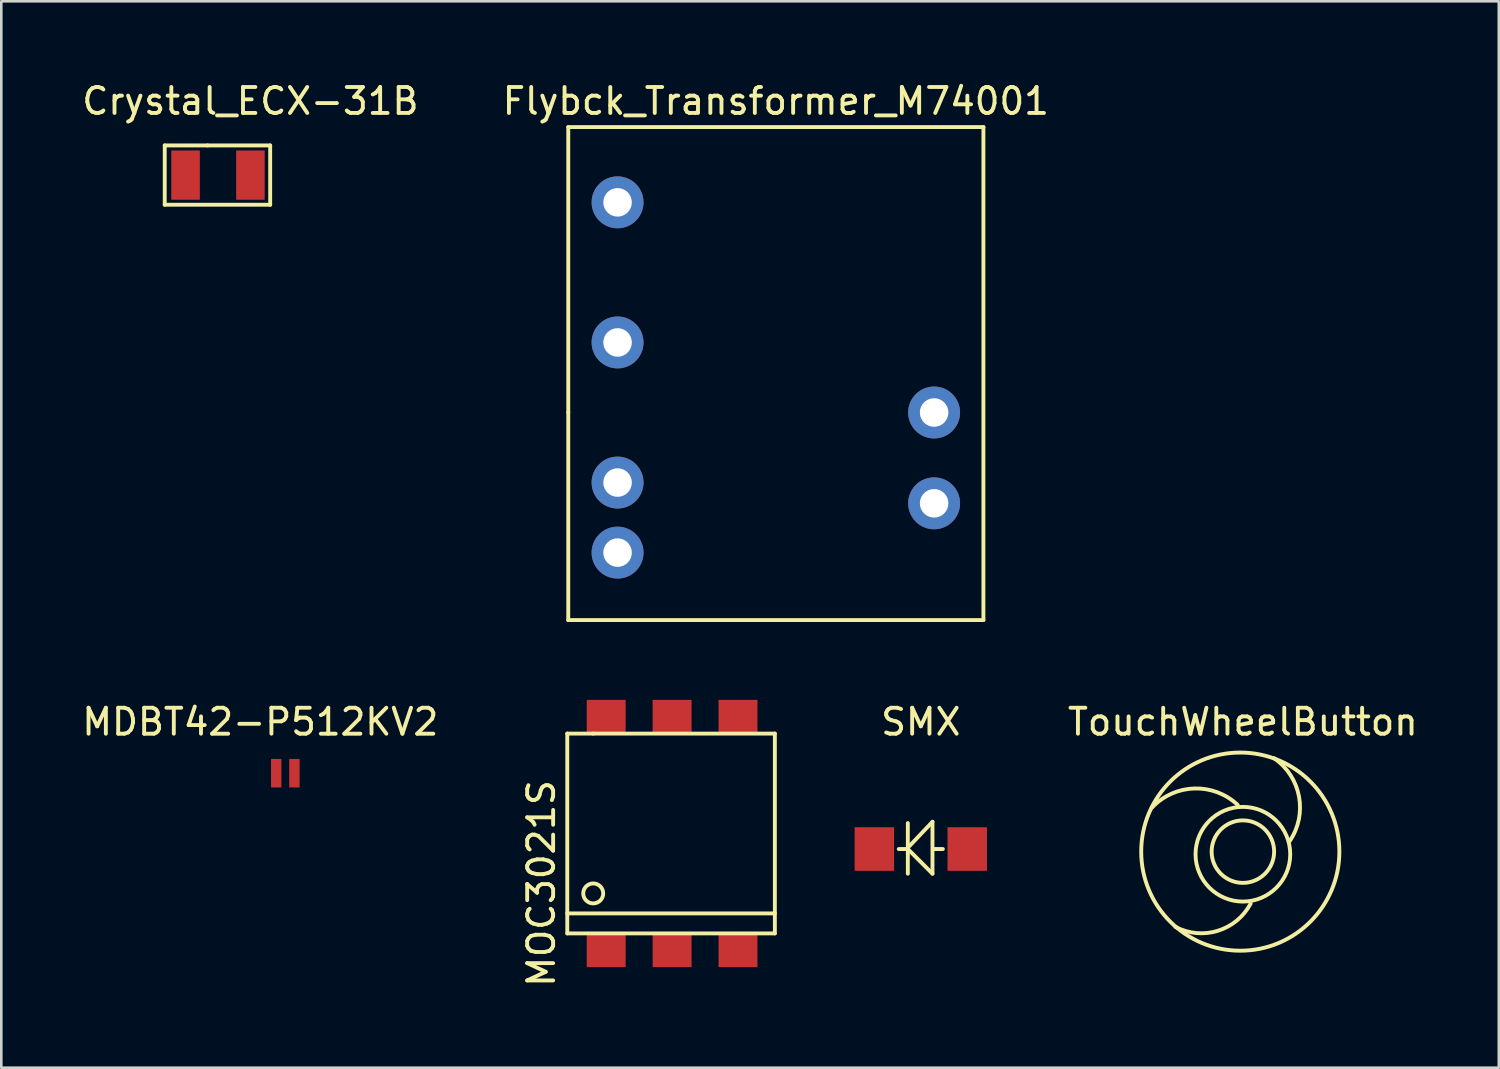
<source format=kicad_pcb>
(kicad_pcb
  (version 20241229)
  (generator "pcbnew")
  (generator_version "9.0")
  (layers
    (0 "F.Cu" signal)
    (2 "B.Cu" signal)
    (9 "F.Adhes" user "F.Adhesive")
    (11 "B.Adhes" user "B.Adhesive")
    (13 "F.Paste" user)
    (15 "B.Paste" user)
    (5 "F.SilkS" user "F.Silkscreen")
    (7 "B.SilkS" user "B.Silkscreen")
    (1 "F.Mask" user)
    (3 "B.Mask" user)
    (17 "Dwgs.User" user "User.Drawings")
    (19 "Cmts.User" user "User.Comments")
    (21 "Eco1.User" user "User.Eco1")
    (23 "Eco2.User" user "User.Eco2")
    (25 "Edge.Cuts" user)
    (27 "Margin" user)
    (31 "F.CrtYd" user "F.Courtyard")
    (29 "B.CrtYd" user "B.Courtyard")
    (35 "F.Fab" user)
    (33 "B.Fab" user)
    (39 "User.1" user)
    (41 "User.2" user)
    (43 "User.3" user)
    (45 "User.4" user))
  (footprint "Flybck_Transformer_M74001"
    (layer "F.Cu")
    (at 26.851 12.848)
    (property "Reference" "Flybck_Transformer_M74001" (at 0 -12 0) (layer "F.SilkS") (effects (font (size 1 1) (thickness 0.15))))
    (attr through_hole)
    (fp_line (start -8 -11) (end 8 -11) (stroke (width 0.15) (type solid)) (layer "F.SilkS"))
    (fp_line (start -8 0) (end -8 -11) (stroke (width 0.15) (type solid)) (layer "F.SilkS"))
    (fp_line (start -8 8) (end -8 0) (stroke (width 0.15) (type solid)) (layer "F.SilkS"))
    (fp_line (start 8 -11) (end 8 8) (stroke (width 0.15) (type solid)) (layer "F.SilkS"))
    (fp_line (start 8 8) (end -8 8) (stroke (width 0.15) (type solid)) (layer "F.SilkS"))
    (pad "1" thru_hole circle (at -6.1 5.4) (size 2 2) (drill 1.1) (layers "*.Cu" "*.Mask"))
    (pad "2" thru_hole circle (at -6.1 2.7) (size 2 2) (drill 1.1) (layers "*.Cu" "*.Mask"))
    (pad "4" thru_hole circle (at -6.1 -2.7) (size 2 2) (drill 1.1) (layers "*.Cu" "*.Mask"))
    (pad "6" thru_hole circle (at -6.1 -8.1) (size 2 2) (drill 1.1) (layers "*.Cu" "*.Mask"))
    (pad "9" thru_hole circle (at 6.1 0) (size 2 2) (drill 1.1) (layers "*.Cu" "*.Mask"))
    (pad "10" thru_hole circle (at 6.1 3.5) (size 2 2) (drill 1.1) (layers "*.Cu" "*.Mask")))
  (footprint "MDBT42-P512KV2"
    (layer "F.Cu")
    (at 7.046 27.299)
    (property "Reference" "MDBT42-P512KV2" (at -0.064 -2.527 0) (layer "F.SilkS") (effects (font (size 1 1) (thickness 0.15))))
    (attr through_hole)
    (pad "1" smd rect (at 0.55 -0.55 90) (size 1.1 0.4) (layers "F.Cu" "F.Mask" "F.Paste"))
    (pad "2" smd rect (at 1.25 -0.55 90) (size 1.1 0.4) (layers "F.Cu" "F.Mask" "F.Paste")))
  (footprint "SMX"
    (layer "F.Cu")
    (at 32.438 29.672)
    (property "Reference" "SMX" (at 0 -4.9 0) (layer "F.SilkS") (effects (font (size 1 1) (thickness 0.15))))
    (attr through_hole)
    (fp_line (start -0.55 0) (end -0.85 0) (stroke (width 0.15) (type solid)) (layer "F.SilkS"))
    (fp_line (start -0.5 -1) (end -0.5 0.95) (stroke (width 0.15) (type solid)) (layer "F.SilkS"))
    (fp_line (start -0.5 -0.05) (end 0.45 -1.05) (stroke (width 0.15) (type solid)) (layer "F.SilkS"))
    (fp_line (start 0.45 -1.05) (end 0.45 0.95) (stroke (width 0.15) (type solid)) (layer "F.SilkS"))
    (fp_line (start 0.45 0.95) (end -0.5 0) (stroke (width 0.15) (type solid)) (layer "F.SilkS"))
    (fp_line (start 0.5 0) (end 0.85 0) (stroke (width 0.15) (type solid)) (layer "F.SilkS"))
    (pad "1" smd rect (at -1.79 0) (size 1.52 1.68) (layers "F.Cu" "F.Mask" "F.Paste"))
    (pad "2" smd rect (at 1.79 0) (size 1.52 1.68) (layers "F.Cu" "F.Mask" "F.Paste")))
  (footprint "TouchWheelButton"
    (layer "F.Cu")
    (at 44.851 29.872)
    (property "Reference" "TouchWheelButton" (at 0 -5.1 0) (layer "F.SilkS") (effects (font (size 1 1) (thickness 0.15))))
    (attr through_hole)
    (fp_arc (start -3.5 -1.8) (mid -1.870711 -2.533452) (end -0.2 -1.9) (stroke (width 0.15) (type solid)) (layer "F.SilkS"))
    (fp_arc (start 0.3 1.9) (mid -0.963604 2.95061) (end -2.6 2.8) (stroke (width 0.15) (type solid)) (layer "F.SilkS"))
    (fp_arc (start 1.2 -3.7) (mid 2.162742 -2.224264) (end 1.8 -0.5) (stroke (width 0.15) (type solid)) (layer "F.SilkS"))
    (fp_circle (center -0.1 -0.1) (end -2.8 -2.8) (stroke (width 0.15) (type solid)) (fill no) (layer "F.SilkS"))
    (fp_circle (center 0 -0.1) (end -0.8 -1) (stroke (width 0.15) (type solid)) (fill no) (layer "F.SilkS"))
    (fp_circle (center 0 0) (end -0.3 -1.8) (stroke (width 0.15) (type solid)) (fill no) (layer "F.SilkS")))
  (footprint "Crystal_ECX-31B"
    (layer "F.Cu")
    (at 6.601 3.698)
    (property "Reference" "Crystal_ECX-31B" (at 0 -2.85 0) (layer "F.SilkS") (effects (font (size 1 1) (thickness 0.15))))
    (attr through_hole)
    (fp_line (start -3.302 -1.143) (end -1.651 -1.143) (stroke (width 0.15) (type solid)) (layer "F.SilkS"))
    (fp_line (start -3.302 1.143) (end -3.302 -1.143) (stroke (width 0.15) (type solid)) (layer "F.SilkS"))
    (fp_line (start -1.651 -1.143) (end 0.762 -1.143) (stroke (width 0.15) (type solid)) (layer "F.SilkS"))
    (fp_line (start 0.762 -1.143) (end 0.762 1.143) (stroke (width 0.15) (type solid)) (layer "F.SilkS"))
    (fp_line (start 0.762 1.143) (end -3.302 1.143) (stroke (width 0.15) (type solid)) (layer "F.SilkS"))
    (pad "1" smd rect (at -2.5 0) (size 1.1 1.9) (layers "F.Cu" "F.Mask" "F.Paste"))
    (pad "2" smd rect (at 0 0) (size 1.1 1.9) (layers "F.Cu" "F.Mask" "F.Paste")))
  (footprint "MOC3021S"
    (layer "F.Cu")
    (at 20.313 29.073)
    (property "Reference" "MOC3021S" (at -2.5 1.925 90) (layer "F.SilkS") (effects (font (size 1 1) (thickness 0.15))))
    (attr through_hole)
    (fp_line (start -1.5 -3.85) (end -1.5 3.85) (stroke (width 0.15) (type solid)) (layer "F.SilkS"))
    (fp_line (start -1.5 3.08) (end 6.5 3.08) (stroke (width 0.15) (type solid)) (layer "F.SilkS"))
    (fp_line (start -1.5 3.85) (end 6.5 3.85) (stroke (width 0.15) (type solid)) (layer "F.SilkS"))
    (fp_line (start -0.5 -3.85) (end -1.5 -3.85) (stroke (width 0.15) (type solid)) (layer "F.SilkS"))
    (fp_line (start 6.5 -3.85) (end -0.5 -3.85) (stroke (width 0.15) (type solid)) (layer "F.SilkS"))
    (fp_line (start 6.5 3.85) (end 6.5 -3.85) (stroke (width 0.15) (type solid)) (layer "F.SilkS"))
    (fp_circle (center -0.5 2.31) (end -0.5 1.925) (stroke (width 0.15) (type solid)) (fill no) (layer "F.SilkS"))
    (pad "1" smd rect (at 0 4.5) (size 1.5 1.3) (layers "F.Cu" "F.Mask" "F.Paste"))
    (pad "2" smd rect (at 2.54 4.5) (size 1.5 1.3) (layers "F.Cu" "F.Mask" "F.Paste"))
    (pad "3" smd rect (at 5.08 4.5) (size 1.5 1.3) (layers "F.Cu" "F.Mask" "F.Paste"))
    (pad "4" smd rect (at 5.08 -4.5) (size 1.5 1.3) (layers "F.Cu" "F.Mask" "F.Paste"))
    (pad "5" smd rect (at 2.54 -4.5) (size 1.5 1.3) (layers "F.Cu" "F.Mask" "F.Paste"))
    (pad "6" smd rect (at 0 -4.5) (size 1.5 1.3) (layers "F.Cu" "F.Mask" "F.Paste")))
  (gr_rect
    (start -3 -3)
    (end 54.714 38.099)
    (stroke (width 0.1) (type default))
    (fill no)
    (layer "Edge.Cuts")))
</source>
